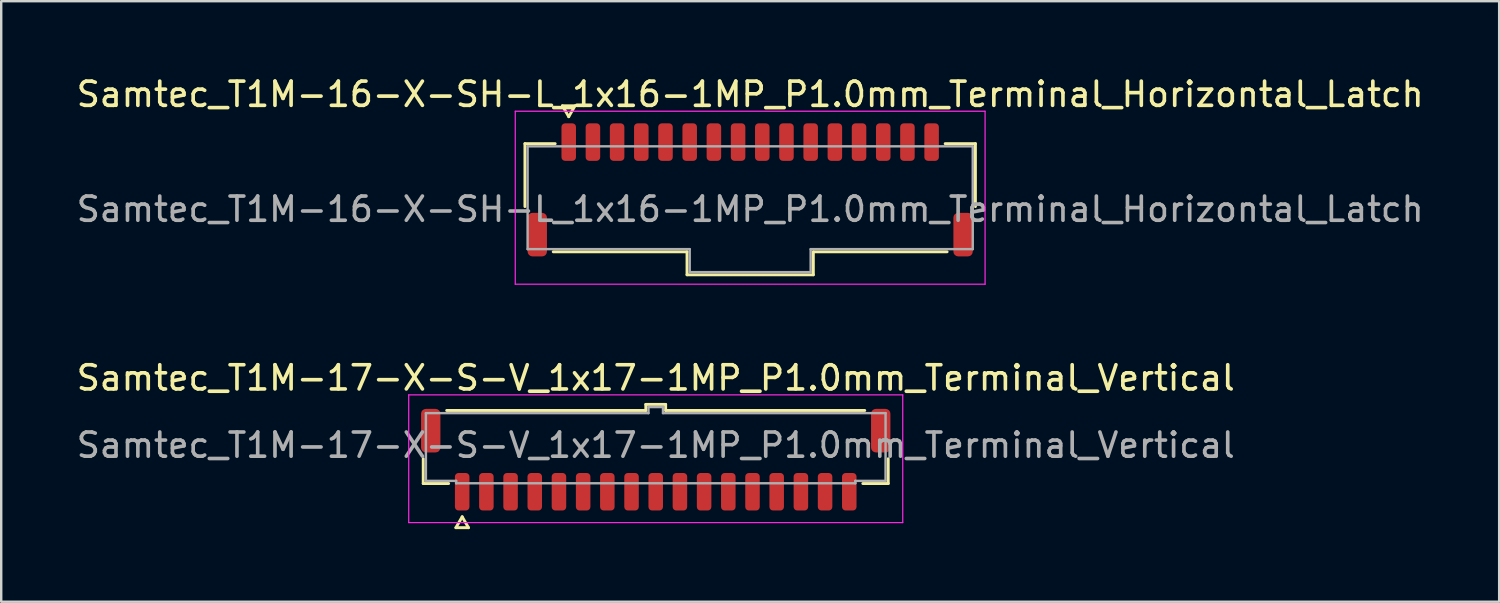
<source format=kicad_pcb>
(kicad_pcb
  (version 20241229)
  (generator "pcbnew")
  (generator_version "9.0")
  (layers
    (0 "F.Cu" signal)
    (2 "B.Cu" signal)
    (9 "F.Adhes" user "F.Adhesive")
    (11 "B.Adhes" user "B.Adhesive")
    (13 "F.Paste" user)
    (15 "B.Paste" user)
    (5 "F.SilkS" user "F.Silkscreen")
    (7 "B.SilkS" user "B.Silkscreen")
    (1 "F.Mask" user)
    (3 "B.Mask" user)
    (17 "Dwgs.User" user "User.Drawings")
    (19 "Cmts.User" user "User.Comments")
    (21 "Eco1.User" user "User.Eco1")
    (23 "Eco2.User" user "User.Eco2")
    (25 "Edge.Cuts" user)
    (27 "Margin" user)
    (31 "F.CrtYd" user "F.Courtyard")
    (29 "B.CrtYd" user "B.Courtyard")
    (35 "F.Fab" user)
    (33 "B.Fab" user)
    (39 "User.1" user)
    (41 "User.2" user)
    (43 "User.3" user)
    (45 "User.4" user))
  (footprint "Samtec_T1M-16-X-SH-L_1x16-1MP_P1.0mm_Terminal_Horizontal_Latch"
    (layer "F.Cu")
    (at 27.958 5.598)
    (property "Reference" "Samtec_T1M-16-X-SH-L_1x16-1MP_P1.0mm_Terminal_Horizontal_Latch" (at 0 -4.75 0) (layer "F.SilkS") (effects (font (size 1 1) (thickness 0.15))))
    (attr smd)
    (fp_line (start -9.31 -2.71) (end -8.06 -2.71) (stroke (width 0.12) (type solid)) (layer "F.SilkS"))
    (fp_line (start -9.31 -0.11) (end -9.31 -2.71) (stroke (width 0.12) (type solid)) (layer "F.SilkS"))
    (fp_line (start -7.76 -4.275) (end -7.5 -3.825) (stroke (width 0.12) (type solid)) (layer "F.SilkS"))
    (fp_line (start -7.5 -3.825) (end -7.24 -4.275) (stroke (width 0.12) (type solid)) (layer "F.SilkS"))
    (fp_line (start -7.24 -4.275) (end -7.76 -4.275) (stroke (width 0.12) (type solid)) (layer "F.SilkS"))
    (fp_line (start -2.61 1.76) (end -8.14 1.76) (stroke (width 0.12) (type solid)) (layer "F.SilkS"))
    (fp_line (start -2.61 2.71) (end -2.61 1.76) (stroke (width 0.12) (type solid)) (layer "F.SilkS"))
    (fp_line (start 2.61 1.76) (end 2.61 2.71) (stroke (width 0.12) (type solid)) (layer "F.SilkS"))
    (fp_line (start 2.61 2.71) (end -2.61 2.71) (stroke (width 0.12) (type solid)) (layer "F.SilkS"))
    (fp_line (start 8.06 -2.71) (end 9.31 -2.71) (stroke (width 0.12) (type solid)) (layer "F.SilkS"))
    (fp_line (start 8.14 1.76) (end 2.61 1.76) (stroke (width 0.12) (type solid)) (layer "F.SilkS"))
    (fp_line (start 9.31 -2.71) (end 9.31 -0.11) (stroke (width 0.12) (type solid)) (layer "F.SilkS"))
    (fp_line (start -9.71 -4.05) (end -9.71 3.1) (stroke (width 0.05) (type solid)) (layer "F.CrtYd"))
    (fp_line (start -9.71 3.1) (end 9.71 3.1) (stroke (width 0.05) (type solid)) (layer "F.CrtYd"))
    (fp_line (start 9.71 -4.05) (end -9.71 -4.05) (stroke (width 0.05) (type solid)) (layer "F.CrtYd"))
    (fp_line (start 9.71 3.1) (end 9.71 -4.05) (stroke (width 0.05) (type solid)) (layer "F.CrtYd"))
    (fp_line (start -9.2 -2.6) (end 9.2 -2.6) (stroke (width 0.1) (type solid)) (layer "F.Fab"))
    (fp_line (start -9.2 1.65) (end -9.2 -2.6) (stroke (width 0.1) (type solid)) (layer "F.Fab"))
    (fp_line (start -2.5 1.65) (end -9.2 1.65) (stroke (width 0.1) (type solid)) (layer "F.Fab"))
    (fp_line (start -2.5 2.6) (end -2.5 1.65) (stroke (width 0.1) (type solid)) (layer "F.Fab"))
    (fp_line (start 2.5 1.65) (end 2.5 2.6) (stroke (width 0.1) (type solid)) (layer "F.Fab"))
    (fp_line (start 2.5 2.6) (end -2.5 2.6) (stroke (width 0.1) (type solid)) (layer "F.Fab"))
    (fp_line (start 9.2 -2.6) (end 9.2 1.65) (stroke (width 0.1) (type solid)) (layer "F.Fab"))
    (fp_line (start 9.2 1.65) (end 2.5 1.65) (stroke (width 0.1) (type solid)) (layer "F.Fab"))
    (fp_text user "${REFERENCE}" (at 0 0 0) (layer "F.Fab") (effects (font (size 1 1) (thickness 0.15))))
    (pad "1" smd roundrect (at -7.5 -2.775) (size 0.6 1.55) (layers "F.Cu" "F.Mask" "F.Paste") (roundrect_rratio 0.25))
    (pad "2" smd roundrect (at -6.5 -2.775) (size 0.6 1.55) (layers "F.Cu" "F.Mask" "F.Paste") (roundrect_rratio 0.25))
    (pad "3" smd roundrect (at -5.5 -2.775) (size 0.6 1.55) (layers "F.Cu" "F.Mask" "F.Paste") (roundrect_rratio 0.25))
    (pad "4" smd roundrect (at -4.5 -2.775) (size 0.6 1.55) (layers "F.Cu" "F.Mask" "F.Paste") (roundrect_rratio 0.25))
    (pad "5" smd roundrect (at -3.5 -2.775) (size 0.6 1.55) (layers "F.Cu" "F.Mask" "F.Paste") (roundrect_rratio 0.25))
    (pad "6" smd roundrect (at -2.5 -2.775) (size 0.6 1.55) (layers "F.Cu" "F.Mask" "F.Paste") (roundrect_rratio 0.25))
    (pad "7" smd roundrect (at -1.5 -2.775) (size 0.6 1.55) (layers "F.Cu" "F.Mask" "F.Paste") (roundrect_rratio 0.25))
    (pad "8" smd roundrect (at -0.5 -2.775) (size 0.6 1.55) (layers "F.Cu" "F.Mask" "F.Paste") (roundrect_rratio 0.25))
    (pad "9" smd roundrect (at 0.5 -2.775) (size 0.6 1.55) (layers "F.Cu" "F.Mask" "F.Paste") (roundrect_rratio 0.25))
    (pad "10" smd roundrect (at 1.5 -2.775) (size 0.6 1.55) (layers "F.Cu" "F.Mask" "F.Paste") (roundrect_rratio 0.25))
    (pad "11" smd roundrect (at 2.5 -2.775) (size 0.6 1.55) (layers "F.Cu" "F.Mask" "F.Paste") (roundrect_rratio 0.25))
    (pad "12" smd roundrect (at 3.5 -2.775) (size 0.6 1.55) (layers "F.Cu" "F.Mask" "F.Paste") (roundrect_rratio 0.25))
    (pad "13" smd roundrect (at 4.5 -2.775) (size 0.6 1.55) (layers "F.Cu" "F.Mask" "F.Paste") (roundrect_rratio 0.25))
    (pad "14" smd roundrect (at 5.5 -2.775) (size 0.6 1.55) (layers "F.Cu" "F.Mask" "F.Paste") (roundrect_rratio 0.25))
    (pad "15" smd roundrect (at 6.5 -2.775) (size 0.6 1.55) (layers "F.Cu" "F.Mask" "F.Paste") (roundrect_rratio 0.25))
    (pad "16" smd roundrect (at 7.5 -2.775) (size 0.6 1.55) (layers "F.Cu" "F.Mask" "F.Paste") (roundrect_rratio 0.25))
    (pad "MP" smd roundrect (at -8.8 1.05) (size 0.8 1.8) (layers "F.Cu" "F.Mask" "F.Paste") (roundrect_rratio 0.25))
    (pad "MP" smd roundrect (at 8.8 1.05) (size 0.8 1.8) (layers "F.Cu" "F.Mask" "F.Paste") (roundrect_rratio 0.25)))
  (footprint "Samtec_T1M-17-X-S-V_1x17-1MP_P1.0mm_Terminal_Vertical"
    (layer "F.Cu")
    (at 24.054 15.351)
    (property "Reference" "Samtec_T1M-17-X-S-V_1x17-1MP_P1.0mm_Terminal_Vertical" (at 0 -2.78 0) (layer "F.SilkS") (effects (font (size 1 1) (thickness 0.15))))
    (attr smd)
    (fp_line (start -9.61 1.585) (end -9.61 0.56) (stroke (width 0.12) (type solid)) (layer "F.SilkS"))
    (fp_line (start -8.64 -1.435) (end -0.41 -1.435) (stroke (width 0.12) (type solid)) (layer "F.SilkS"))
    (fp_line (start -8.56 1.585) (end -9.61 1.585) (stroke (width 0.12) (type solid)) (layer "F.SilkS"))
    (fp_line (start -8.26 3.41) (end -8 2.96) (stroke (width 0.12) (type solid)) (layer "F.SilkS"))
    (fp_line (start -8 2.96) (end -7.74 3.41) (stroke (width 0.12) (type solid)) (layer "F.SilkS"))
    (fp_line (start -7.74 3.41) (end -8.26 3.41) (stroke (width 0.12) (type solid)) (layer "F.SilkS"))
    (fp_line (start -0.41 -1.685) (end 0.41 -1.685) (stroke (width 0.12) (type solid)) (layer "F.SilkS"))
    (fp_line (start -0.41 -1.435) (end -0.41 -1.685) (stroke (width 0.12) (type solid)) (layer "F.SilkS"))
    (fp_line (start 0.41 -1.685) (end 0.41 -1.435) (stroke (width 0.12) (type solid)) (layer "F.SilkS"))
    (fp_line (start 0.41 -1.435) (end 8.64 -1.435) (stroke (width 0.12) (type solid)) (layer "F.SilkS"))
    (fp_line (start 9.61 0.56) (end 9.61 1.585) (stroke (width 0.12) (type solid)) (layer "F.SilkS"))
    (fp_line (start 9.61 1.585) (end 8.56 1.585) (stroke (width 0.12) (type solid)) (layer "F.SilkS"))
    (fp_line (start -10.21 -2.08) (end -10.21 3.2) (stroke (width 0.05) (type solid)) (layer "F.CrtYd"))
    (fp_line (start -10.21 3.2) (end 10.21 3.2) (stroke (width 0.05) (type solid)) (layer "F.CrtYd"))
    (fp_line (start 10.21 -2.08) (end -10.21 -2.08) (stroke (width 0.05) (type solid)) (layer "F.CrtYd"))
    (fp_line (start 10.21 3.2) (end 10.21 -2.08) (stroke (width 0.05) (type solid)) (layer "F.CrtYd"))
    (fp_line (start -9.5 -1.325) (end -0.3 -1.325) (stroke (width 0.1) (type solid)) (layer "F.Fab"))
    (fp_line (start -9.5 1.475) (end -9.5 -1.325) (stroke (width 0.1) (type solid)) (layer "F.Fab"))
    (fp_line (start -8.25 1.475) (end -9.5 1.475) (stroke (width 0.1) (type solid)) (layer "F.Fab"))
    (fp_line (start -8.25 1.575) (end -8.25 1.475) (stroke (width 0.1) (type solid)) (layer "F.Fab"))
    (fp_line (start -0.3 -1.575) (end 0.3 -1.575) (stroke (width 0.1) (type solid)) (layer "F.Fab"))
    (fp_line (start -0.3 -1.325) (end -0.3 -1.575) (stroke (width 0.1) (type solid)) (layer "F.Fab"))
    (fp_line (start 0.3 -1.575) (end 0.3 -1.325) (stroke (width 0.1) (type solid)) (layer "F.Fab"))
    (fp_line (start 0.3 -1.325) (end 9.5 -1.325) (stroke (width 0.1) (type solid)) (layer "F.Fab"))
    (fp_line (start 8.25 1.475) (end 8.25 1.575) (stroke (width 0.1) (type solid)) (layer "F.Fab"))
    (fp_line (start 8.25 1.575) (end -8.25 1.575) (stroke (width 0.1) (type solid)) (layer "F.Fab"))
    (fp_line (start 9.5 -1.325) (end 9.5 1.475) (stroke (width 0.1) (type solid)) (layer "F.Fab"))
    (fp_line (start 9.5 1.475) (end 8.25 1.475) (stroke (width 0.1) (type solid)) (layer "F.Fab"))
    (fp_text user "${REFERENCE}" (at 0 0 0) (layer "F.Fab") (effects (font (size 1 1) (thickness 0.15))))
    (pad "1" smd roundrect (at -8 1.925) (size 0.6 1.55) (layers "F.Cu" "F.Mask" "F.Paste") (roundrect_rratio 0.25))
    (pad "2" smd roundrect (at -7 1.925) (size 0.6 1.55) (layers "F.Cu" "F.Mask" "F.Paste") (roundrect_rratio 0.25))
    (pad "3" smd roundrect (at -6 1.925) (size 0.6 1.55) (layers "F.Cu" "F.Mask" "F.Paste") (roundrect_rratio 0.25))
    (pad "4" smd roundrect (at -5 1.925) (size 0.6 1.55) (layers "F.Cu" "F.Mask" "F.Paste") (roundrect_rratio 0.25))
    (pad "5" smd roundrect (at -4 1.925) (size 0.6 1.55) (layers "F.Cu" "F.Mask" "F.Paste") (roundrect_rratio 0.25))
    (pad "6" smd roundrect (at -3 1.925) (size 0.6 1.55) (layers "F.Cu" "F.Mask" "F.Paste") (roundrect_rratio 0.25))
    (pad "7" smd roundrect (at -2 1.925) (size 0.6 1.55) (layers "F.Cu" "F.Mask" "F.Paste") (roundrect_rratio 0.25))
    (pad "8" smd roundrect (at -1 1.925) (size 0.6 1.55) (layers "F.Cu" "F.Mask" "F.Paste") (roundrect_rratio 0.25))
    (pad "9" smd roundrect (at 0 1.925) (size 0.6 1.55) (layers "F.Cu" "F.Mask" "F.Paste") (roundrect_rratio 0.25))
    (pad "10" smd roundrect (at 1 1.925) (size 0.6 1.55) (layers "F.Cu" "F.Mask" "F.Paste") (roundrect_rratio 0.25))
    (pad "11" smd roundrect (at 2 1.925) (size 0.6 1.55) (layers "F.Cu" "F.Mask" "F.Paste") (roundrect_rratio 0.25))
    (pad "12" smd roundrect (at 3 1.925) (size 0.6 1.55) (layers "F.Cu" "F.Mask" "F.Paste") (roundrect_rratio 0.25))
    (pad "13" smd roundrect (at 4 1.925) (size 0.6 1.55) (layers "F.Cu" "F.Mask" "F.Paste") (roundrect_rratio 0.25))
    (pad "14" smd roundrect (at 5 1.925) (size 0.6 1.55) (layers "F.Cu" "F.Mask" "F.Paste") (roundrect_rratio 0.25))
    (pad "15" smd roundrect (at 6 1.925) (size 0.6 1.55) (layers "F.Cu" "F.Mask" "F.Paste") (roundrect_rratio 0.25))
    (pad "16" smd roundrect (at 7 1.925) (size 0.6 1.55) (layers "F.Cu" "F.Mask" "F.Paste") (roundrect_rratio 0.25))
    (pad "17" smd roundrect (at 8 1.925) (size 0.6 1.55) (layers "F.Cu" "F.Mask" "F.Paste") (roundrect_rratio 0.25))
    (pad "MP" smd roundrect (at -9.3 -0.6) (size 0.8 1.8) (layers "F.Cu" "F.Mask" "F.Paste") (roundrect_rratio 0.25))
    (pad "MP" smd roundrect (at 9.3 -0.6) (size 0.8 1.8) (layers "F.Cu" "F.Mask" "F.Paste") (roundrect_rratio 0.25)))
  (gr_rect
    (start -3 -3)
    (end 58.917 21.822)
    (stroke (width 0.1) (type default))
    (fill no)
    (layer "Edge.Cuts")))
</source>
